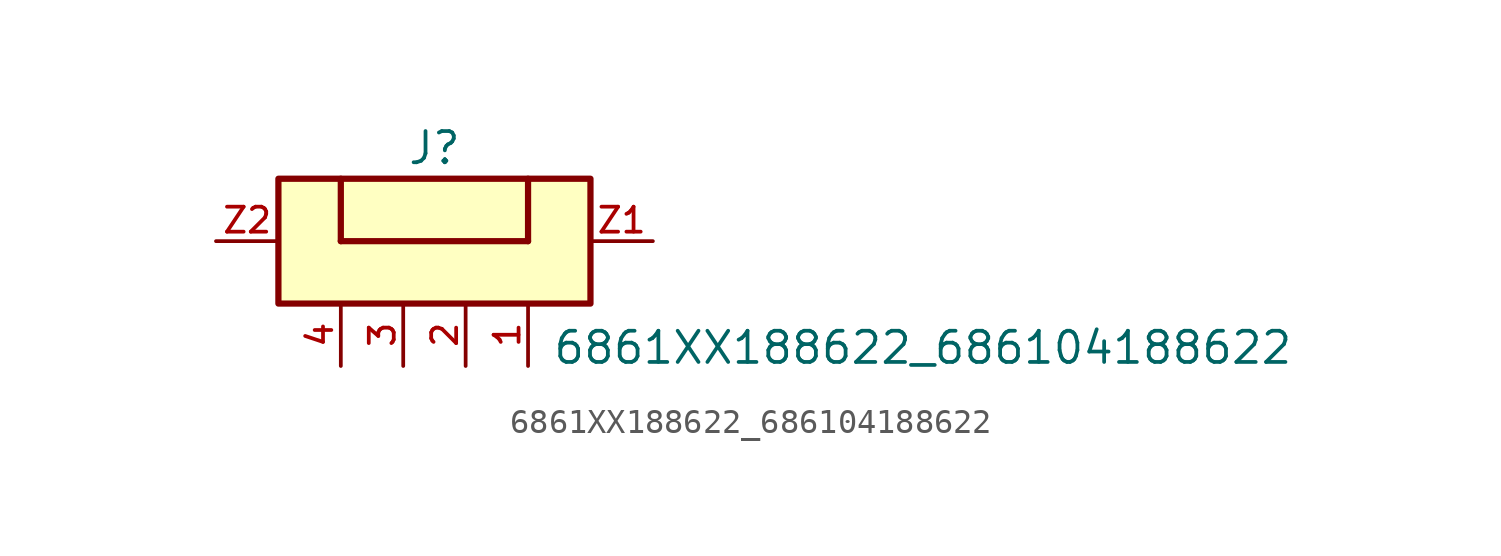
<source format=kicad_sym>
(kicad_symbol_lib
  (version 20211014)
  (generator kicad_symbol_editor)
  (symbol "6861XX188622_686104188622"
    (pin_names
      (offset 1.016))
    (property "Reference" "J"
      (at -1.27 3.048 0)
      (effects (font (size 1.27 1.27)) (justify bottom)))
    (property "Value" "6861XX188622_686104188622"
      (at 3.51 -5.08 0)
      (effects (font (size 1.27 1.27)) (justify bottom left)))
    (symbol "6861XX188622_686104188622_0_0"
      (polyline (pts (xy -5.08 0.0) (xy 2.54 0.0)) (stroke (width 0.254)))
      (polyline (pts (xy -5.08 2.54) (xy -5.08 0.0)) (stroke (width 0.254)))
      (polyline (pts (xy 2.54 0.0) (xy 2.54 2.54)) (stroke (width 0.254)))
      (rectangle (start -7.62 -2.54) (end 5.08 2.54) (stroke (width 0.254)) (fill (type background)))
      (pin passive line (at 2.54 -5.08 90.0) (length 2.54) (name "~" (effects (font (size 1.016 1.016)))) (number "1" (effects (font (size 1.016 1.016)))))
      (pin passive line (at 0.0 -5.08 90.0) (length 2.54) (name "~" (effects (font (size 1.016 1.016)))) (number "2" (effects (font (size 1.016 1.016)))))
      (pin passive line (at -2.54 -5.08 90.0) (length 2.54) (name "~" (effects (font (size 1.016 1.016)))) (number "3" (effects (font (size 1.016 1.016)))))
      (pin passive line (at -5.08 -5.08 90.0) (length 2.54) (name "~" (effects (font (size 1.016 1.016)))) (number "4" (effects (font (size 1.016 1.016)))))
      (pin passive line (at 7.62 0.0 180.0) (length 2.54) (name "~" (effects (font (size 1.016 1.016)))) (number "Z1" (effects (font (size 1.016 1.016)))))
      (pin passive line (at -10.16 0.0 0) (length 2.54) (name "~" (effects (font (size 1.016 1.016)))) (number "Z2" (effects (font (size 1.016 1.016))))))))
</source>
